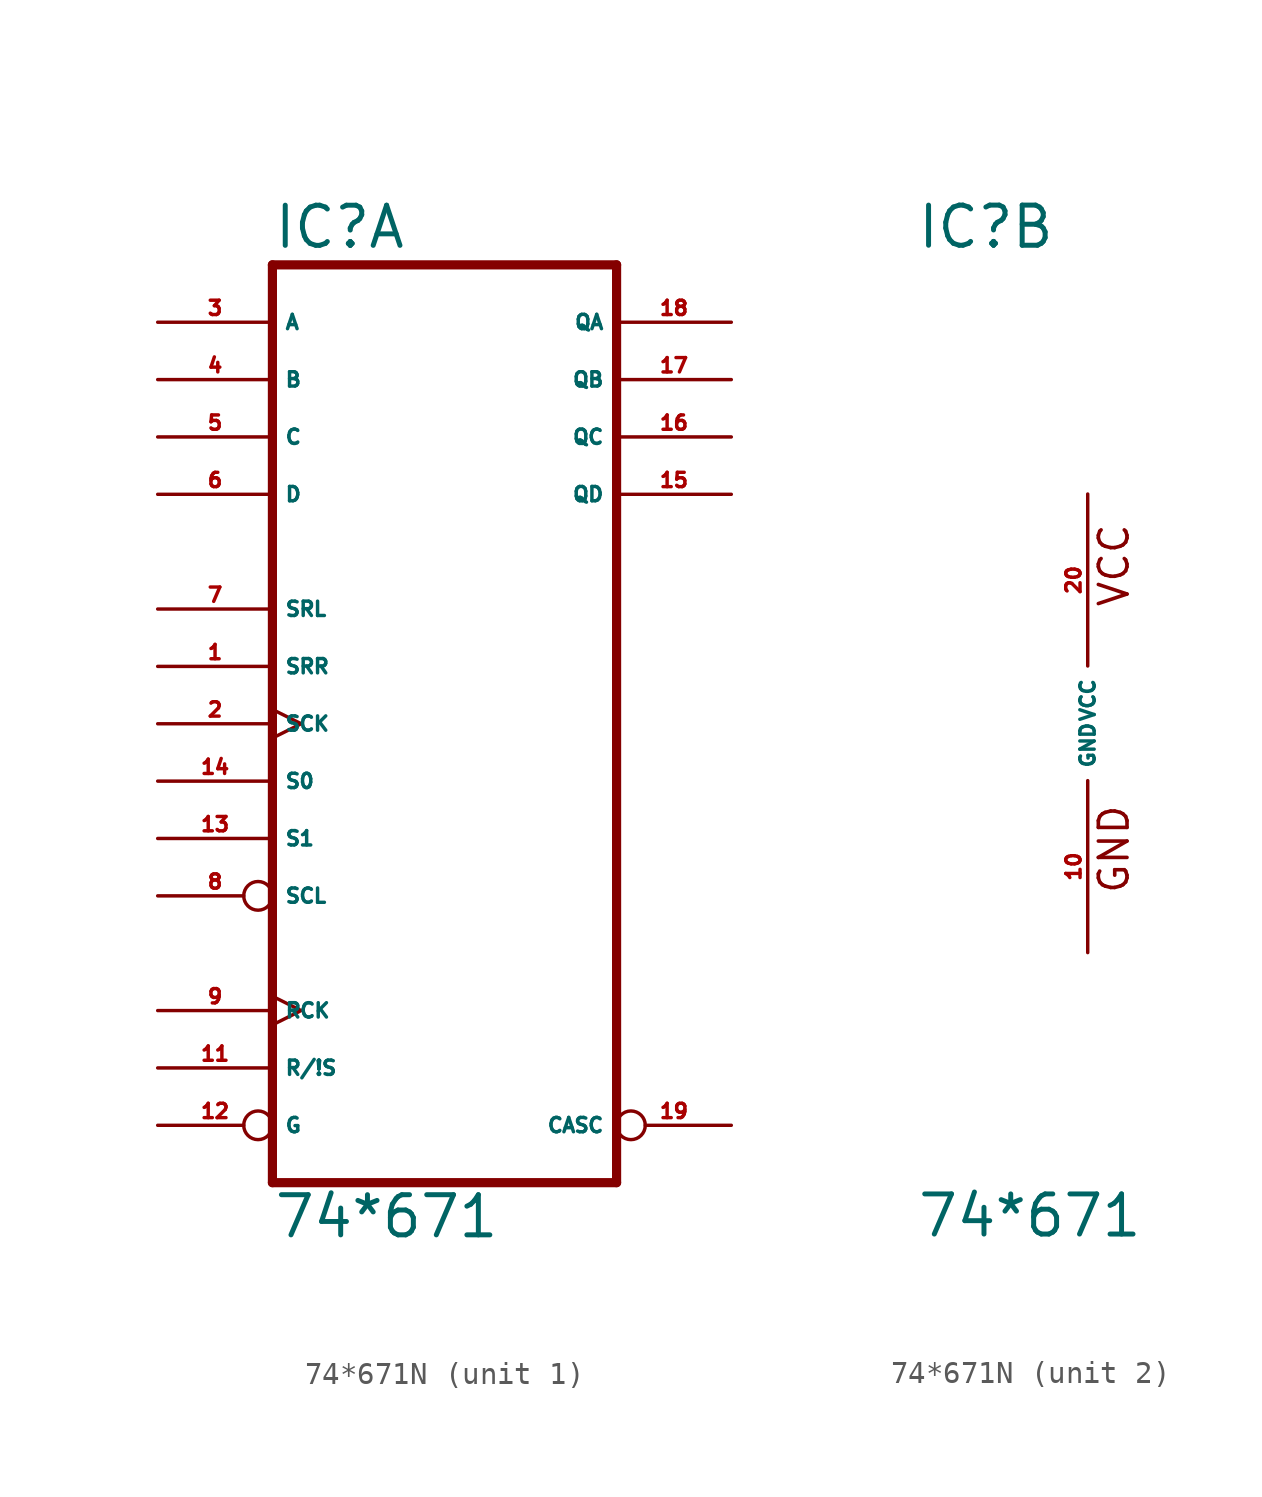
<source format=kicad_sym>
(kicad_symbol_lib
  (version 20220914)
  (generator Eagle2Kicad)
  (symbol "74*671N"
    (property "Reference" "IC"
      (at -7.62 20.955 0)
      (effects (font (size 1.778 1.778) (thickness 0.22)) (justify left bottom)))
    (property "Value" "74*671"
      (at -7.62 -22.86 0)
      (effects (font (size 1.778 1.778) (thickness 0.22)) (justify left bottom)))
    (symbol "74*671N_1_0"
      (polyline (pts (xy -7.62 -20.32) (xy 7.62 -20.32)) (stroke (width 0.406) (type default)) (fill (type none)))
      (polyline (pts (xy 7.62 -20.32) (xy 7.62 20.32)) (stroke (width 0.406) (type default)) (fill (type none)))
      (polyline (pts (xy 7.62 20.32) (xy -7.62 20.32)) (stroke (width 0.406) (type default)) (fill (type none)))
      (polyline (pts (xy -7.62 20.32) (xy -7.62 -20.32)) (stroke (width 0.406) (type default)) (fill (type none)))
      (pin input line (at -12.7 2.54 0) (length 5.08) (name "SRR" (effects (font (size 0.635 0.635) (thickness 0.08)) (justify left bottom))) (number "1" (effects (font (size 0.635 0.635) (thickness 0.08)) (justify left bottom))))
      (pin input clock (at -12.7 0 0) (length 5.08) (name "SCK" (effects (font (size 0.635 0.635) (thickness 0.08)) (justify left bottom))) (number "2" (effects (font (size 0.635 0.635) (thickness 0.08)) (justify left bottom))))
      (pin input line (at -12.7 17.78 0) (length 5.08) (name "A" (effects (font (size 0.635 0.635) (thickness 0.08)) (justify left bottom))) (number "3" (effects (font (size 0.635 0.635) (thickness 0.08)) (justify left bottom))))
      (pin input line (at -12.7 15.24 0) (length 5.08) (name "B" (effects (font (size 0.635 0.635) (thickness 0.08)) (justify left bottom))) (number "4" (effects (font (size 0.635 0.635) (thickness 0.08)) (justify left bottom))))
      (pin input line (at -12.7 12.7 0) (length 5.08) (name "C" (effects (font (size 0.635 0.635) (thickness 0.08)) (justify left bottom))) (number "5" (effects (font (size 0.635 0.635) (thickness 0.08)) (justify left bottom))))
      (pin input line (at -12.7 10.16 0) (length 5.08) (name "D" (effects (font (size 0.635 0.635) (thickness 0.08)) (justify left bottom))) (number "6" (effects (font (size 0.635 0.635) (thickness 0.08)) (justify left bottom))))
      (pin input line (at -12.7 5.08 0) (length 5.08) (name "SRL" (effects (font (size 0.635 0.635) (thickness 0.08)) (justify left bottom))) (number "7" (effects (font (size 0.635 0.635) (thickness 0.08)) (justify left bottom))))
      (pin input inverted (at -12.7 -7.62 0) (length 5.08) (name "SCL" (effects (font (size 0.635 0.635) (thickness 0.08)) (justify left bottom))) (number "8" (effects (font (size 0.635 0.635) (thickness 0.08)) (justify left bottom))))
      (pin input clock (at -12.7 -12.7 0) (length 5.08) (name "RCK" (effects (font (size 0.635 0.635) (thickness 0.08)) (justify left bottom))) (number "9" (effects (font (size 0.635 0.635) (thickness 0.08)) (justify left bottom))))
      (pin input line (at -12.7 -15.24 0) (length 5.08) (name "R/!S" (effects (font (size 0.635 0.635) (thickness 0.08)) (justify left bottom))) (number "11" (effects (font (size 0.635 0.635) (thickness 0.08)) (justify left bottom))))
      (pin input inverted (at -12.7 -17.78 0) (length 5.08) (name "G" (effects (font (size 0.635 0.635) (thickness 0.08)) (justify left bottom))) (number "12" (effects (font (size 0.635 0.635) (thickness 0.08)) (justify left bottom))))
      (pin input line (at -12.7 -5.08 0) (length 5.08) (name "S1" (effects (font (size 0.635 0.635) (thickness 0.08)) (justify left bottom))) (number "13" (effects (font (size 0.635 0.635) (thickness 0.08)) (justify left bottom))))
      (pin input line (at -12.7 -2.54 0) (length 5.08) (name "S0" (effects (font (size 0.635 0.635) (thickness 0.08)) (justify left bottom))) (number "14" (effects (font (size 0.635 0.635) (thickness 0.08)) (justify left bottom))))
      (pin tri_state line (at 12.7 10.16 180) (length 5.08) (name "QD" (effects (font (size 0.635 0.635) (thickness 0.08)) (justify left bottom))) (number "15" (effects (font (size 0.635 0.635) (thickness 0.08)) (justify left bottom))))
      (pin tri_state line (at 12.7 12.7 180) (length 5.08) (name "QC" (effects (font (size 0.635 0.635) (thickness 0.08)) (justify left bottom))) (number "16" (effects (font (size 0.635 0.635) (thickness 0.08)) (justify left bottom))))
      (pin tri_state line (at 12.7 15.24 180) (length 5.08) (name "QB" (effects (font (size 0.635 0.635) (thickness 0.08)) (justify left bottom))) (number "17" (effects (font (size 0.635 0.635) (thickness 0.08)) (justify left bottom))))
      (pin tri_state line (at 12.7 17.78 180) (length 5.08) (name "QA" (effects (font (size 0.635 0.635) (thickness 0.08)) (justify left bottom))) (number "18" (effects (font (size 0.635 0.635) (thickness 0.08)) (justify left bottom))))
      (pin output inverted (at 12.7 -17.78 180) (length 5.08) (name "CASC" (effects (font (size 0.635 0.635) (thickness 0.08)) (justify left bottom))) (number "19" (effects (font (size 0.635 0.635) (thickness 0.08)) (justify left bottom)))))
    (symbol "74*671N_2_0"
      (text "GND" (at 1.905 -7.62 900) (effects (font (size 1.27 1.27) (thickness 0.16)) (justify left bottom)))
      (text "VCC" (at 1.905 5.08 900) (effects (font (size 1.27 1.27) (thickness 0.16)) (justify left bottom)))
      (pin unspecified line (at 0 -10.16 90) (length 7.62) (name "GND" (effects (font (size 0.635 0.635) (thickness 0.08)) (justify left bottom))) (number "10" (effects (font (size 0.635 0.635) (thickness 0.08)) (justify left bottom))))
      (pin unspecified line (at 0 10.16 270) (length 7.62) (name "VCC" (effects (font (size 0.635 0.635) (thickness 0.08)) (justify left bottom))) (number "20" (effects (font (size 0.635 0.635) (thickness 0.08)) (justify left bottom)))))))
</source>
